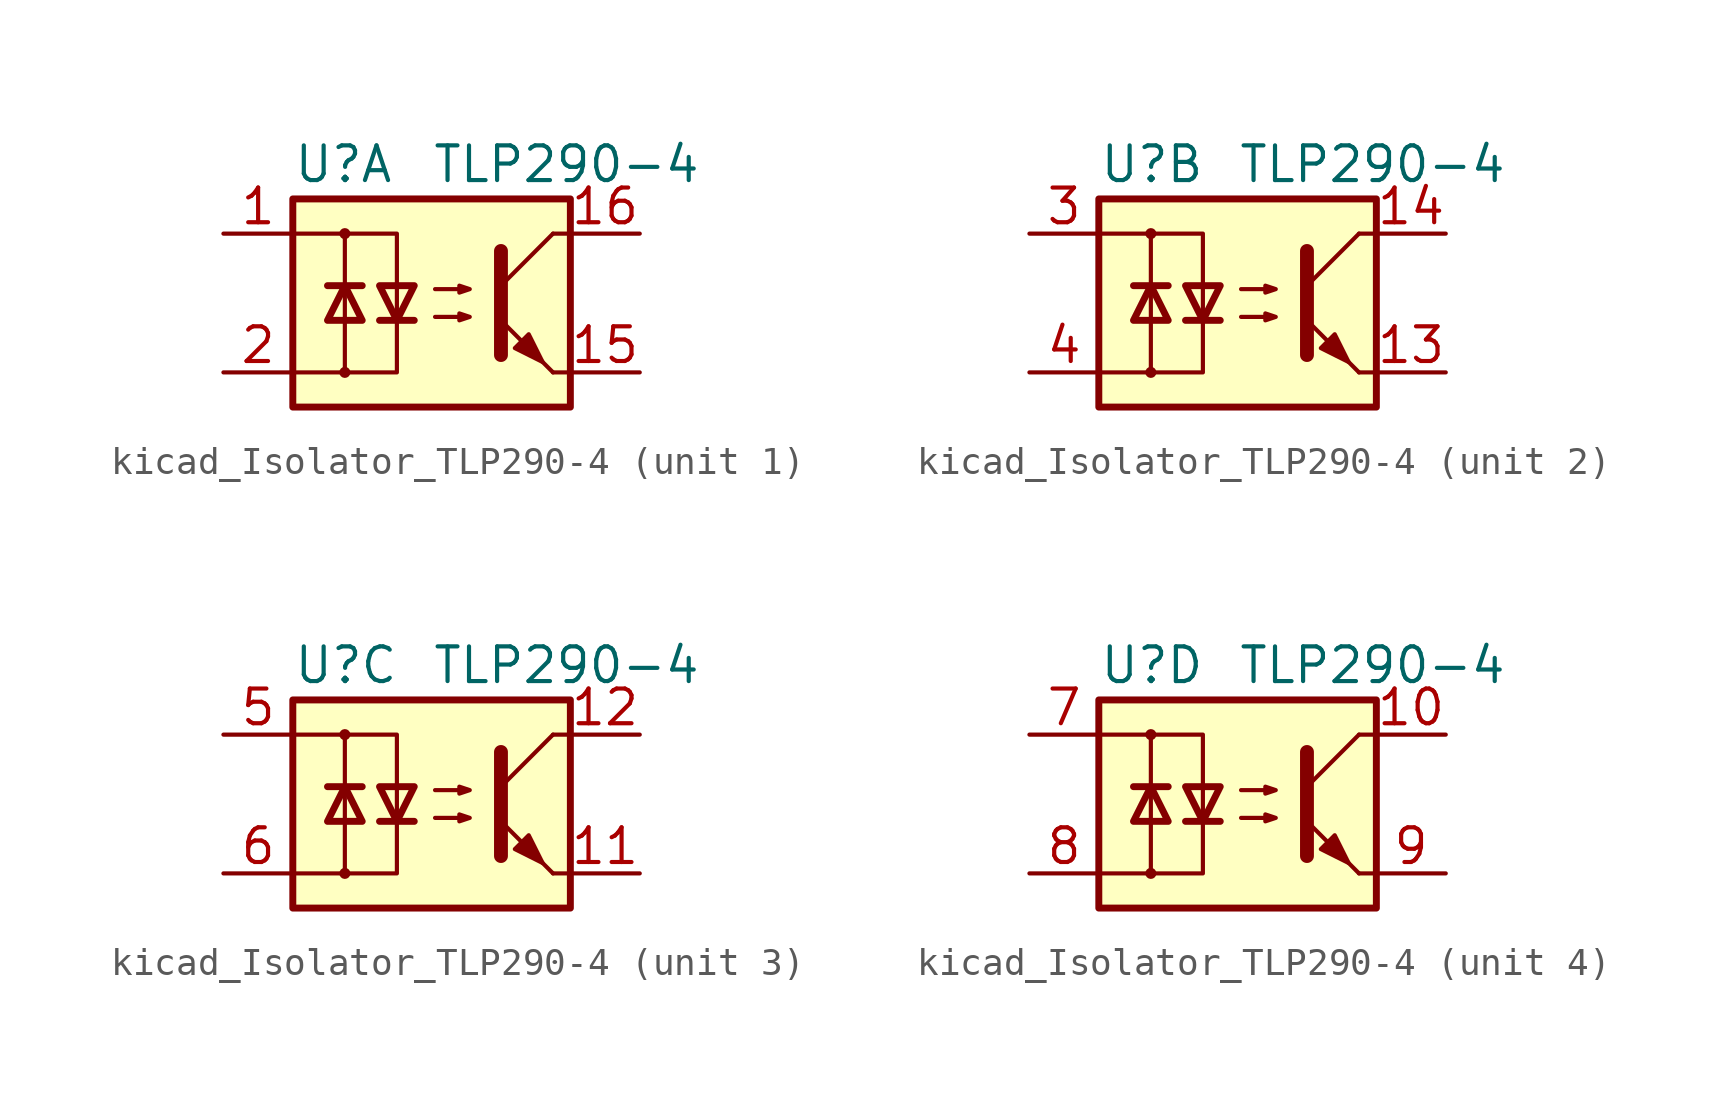
<source format=kicad_sym>
(kicad_symbol_lib
  (version 20220914)
  (generator kicad_symbol_editor)
  (symbol "kicad_Isolator_TLP290-4"
    (pin_names
      (offset 1.016))
    (property "Reference" "U"
      (at -5.08 5.08 0)
      (effects (font (size 1.27 1.27)) (justify left)))
    (property "Value" "TLP290-4"
      (at 0 5.08 0)
      (effects (font (size 1.27 1.27)) (justify left)))
    (symbol "kicad_Isolator_TLP290-4_0_1"
      (rectangle (start -5.08 3.81) (end 5.08 -3.81) (stroke (width 0.254) (type default)) (fill (type background)))
      (circle (center -3.175 -2.54) (radius 0.127) (stroke (width 0) (type default)) (fill (type none)))
      (circle (center -3.175 2.54) (radius 0.127) (stroke (width 0) (type default)) (fill (type none)))
      (polyline (pts (xy -3.81 0.635) (xy -2.54 0.635)) (stroke (width 0.254) (type default)) (fill (type none)))
      (polyline (pts (xy -3.175 -0.635) (xy -3.175 -2.54)) (stroke (width 0) (type default)) (fill (type none)))
      (polyline (pts (xy -3.175 -0.635) (xy -3.175 2.54)) (stroke (width 0) (type default)) (fill (type none)))
      (polyline (pts (xy -1.905 -0.635) (xy -0.635 -0.635)) (stroke (width 0.254) (type default)) (fill (type none)))
      (polyline (pts (xy 2.54 0.635) (xy 4.445 2.54)) (stroke (width 0) (type default)) (fill (type none)))
      (polyline (pts (xy 4.445 -2.54) (xy 2.54 -0.635)) (stroke (width 0) (type default)) (fill (type outline)))
      (polyline (pts (xy 4.445 -2.54) (xy 5.08 -2.54)) (stroke (width 0) (type default)) (fill (type none)))
      (polyline (pts (xy 4.445 2.54) (xy 5.08 2.54)) (stroke (width 0) (type default)) (fill (type none)))
      (polyline (pts (xy -5.08 2.54) (xy -1.27 2.54) (xy -1.27 -0.635)) (stroke (width 0) (type default)) (fill (type none)))
      (polyline (pts (xy -1.27 -0.635) (xy -1.27 -2.54) (xy -5.08 -2.54)) (stroke (width 0) (type default)) (fill (type none)))
      (polyline (pts (xy 2.54 1.905) (xy 2.54 -1.905) (xy 2.54 -1.905)) (stroke (width 0.508) (type default)) (fill (type none)))
      (polyline (pts (xy -3.175 0.635) (xy -3.81 -0.635) (xy -2.54 -0.635) (xy -3.175 0.635)) (stroke (width 0.254) (type default)) (fill (type none)))
      (polyline (pts (xy -1.27 -0.635) (xy -1.905 0.635) (xy -0.635 0.635) (xy -1.27 -0.635)) (stroke (width 0.254) (type default)) (fill (type none)))
      (polyline (pts (xy 0.127 -0.508) (xy 1.397 -0.508) (xy 1.016 -0.635) (xy 1.016 -0.381) (xy 1.397 -0.508)) (stroke (width 0) (type default)) (fill (type none)))
      (polyline (pts (xy 0.127 0.508) (xy 1.397 0.508) (xy 1.016 0.381) (xy 1.016 0.635) (xy 1.397 0.508)) (stroke (width 0) (type default)) (fill (type none)))
      (polyline (pts (xy 3.048 -1.651) (xy 3.556 -1.143) (xy 4.064 -2.159) (xy 3.048 -1.651) (xy 3.048 -1.651)) (stroke (width 0) (type default)) (fill (type outline))))
    (symbol "kicad_Isolator_TLP290-4_1_1"
      (pin passive line (at -7.62 2.54 0) (length 2.54) (name "~" (effects (font (size 1.27 1.27)))) (number "1" (effects (font (size 1.27 1.27)))))
      (pin passive line (at 7.62 -2.54 180) (length 2.54) (name "~" (effects (font (size 1.27 1.27)))) (number "15" (effects (font (size 1.27 1.27)))))
      (pin passive line (at 7.62 2.54 180) (length 2.54) (name "~" (effects (font (size 1.27 1.27)))) (number "16" (effects (font (size 1.27 1.27)))))
      (pin passive line (at -7.62 -2.54 0) (length 2.54) (name "~" (effects (font (size 1.27 1.27)))) (number "2" (effects (font (size 1.27 1.27))))))
    (symbol "kicad_Isolator_TLP290-4_2_1"
      (pin passive line (at 7.62 -2.54 180) (length 2.54) (name "~" (effects (font (size 1.27 1.27)))) (number "13" (effects (font (size 1.27 1.27)))))
      (pin passive line (at 7.62 2.54 180) (length 2.54) (name "~" (effects (font (size 1.27 1.27)))) (number "14" (effects (font (size 1.27 1.27)))))
      (pin passive line (at -7.62 2.54 0) (length 2.54) (name "~" (effects (font (size 1.27 1.27)))) (number "3" (effects (font (size 1.27 1.27)))))
      (pin passive line (at -7.62 -2.54 0) (length 2.54) (name "~" (effects (font (size 1.27 1.27)))) (number "4" (effects (font (size 1.27 1.27))))))
    (symbol "kicad_Isolator_TLP290-4_3_1"
      (pin passive line (at 7.62 -2.54 180) (length 2.54) (name "~" (effects (font (size 1.27 1.27)))) (number "11" (effects (font (size 1.27 1.27)))))
      (pin passive line (at 7.62 2.54 180) (length 2.54) (name "~" (effects (font (size 1.27 1.27)))) (number "12" (effects (font (size 1.27 1.27)))))
      (pin passive line (at -7.62 2.54 0) (length 2.54) (name "~" (effects (font (size 1.27 1.27)))) (number "5" (effects (font (size 1.27 1.27)))))
      (pin passive line (at -7.62 -2.54 0) (length 2.54) (name "~" (effects (font (size 1.27 1.27)))) (number "6" (effects (font (size 1.27 1.27))))))
    (symbol "kicad_Isolator_TLP290-4_4_1"
      (pin passive line (at 7.62 2.54 180) (length 2.54) (name "~" (effects (font (size 1.27 1.27)))) (number "10" (effects (font (size 1.27 1.27)))))
      (pin passive line (at -7.62 2.54 0) (length 2.54) (name "~" (effects (font (size 1.27 1.27)))) (number "7" (effects (font (size 1.27 1.27)))))
      (pin passive line (at -7.62 -2.54 0) (length 2.54) (name "~" (effects (font (size 1.27 1.27)))) (number "8" (effects (font (size 1.27 1.27)))))
      (pin passive line (at 7.62 -2.54 180) (length 2.54) (name "~" (effects (font (size 1.27 1.27)))) (number "9" (effects (font (size 1.27 1.27))))))))
</source>
